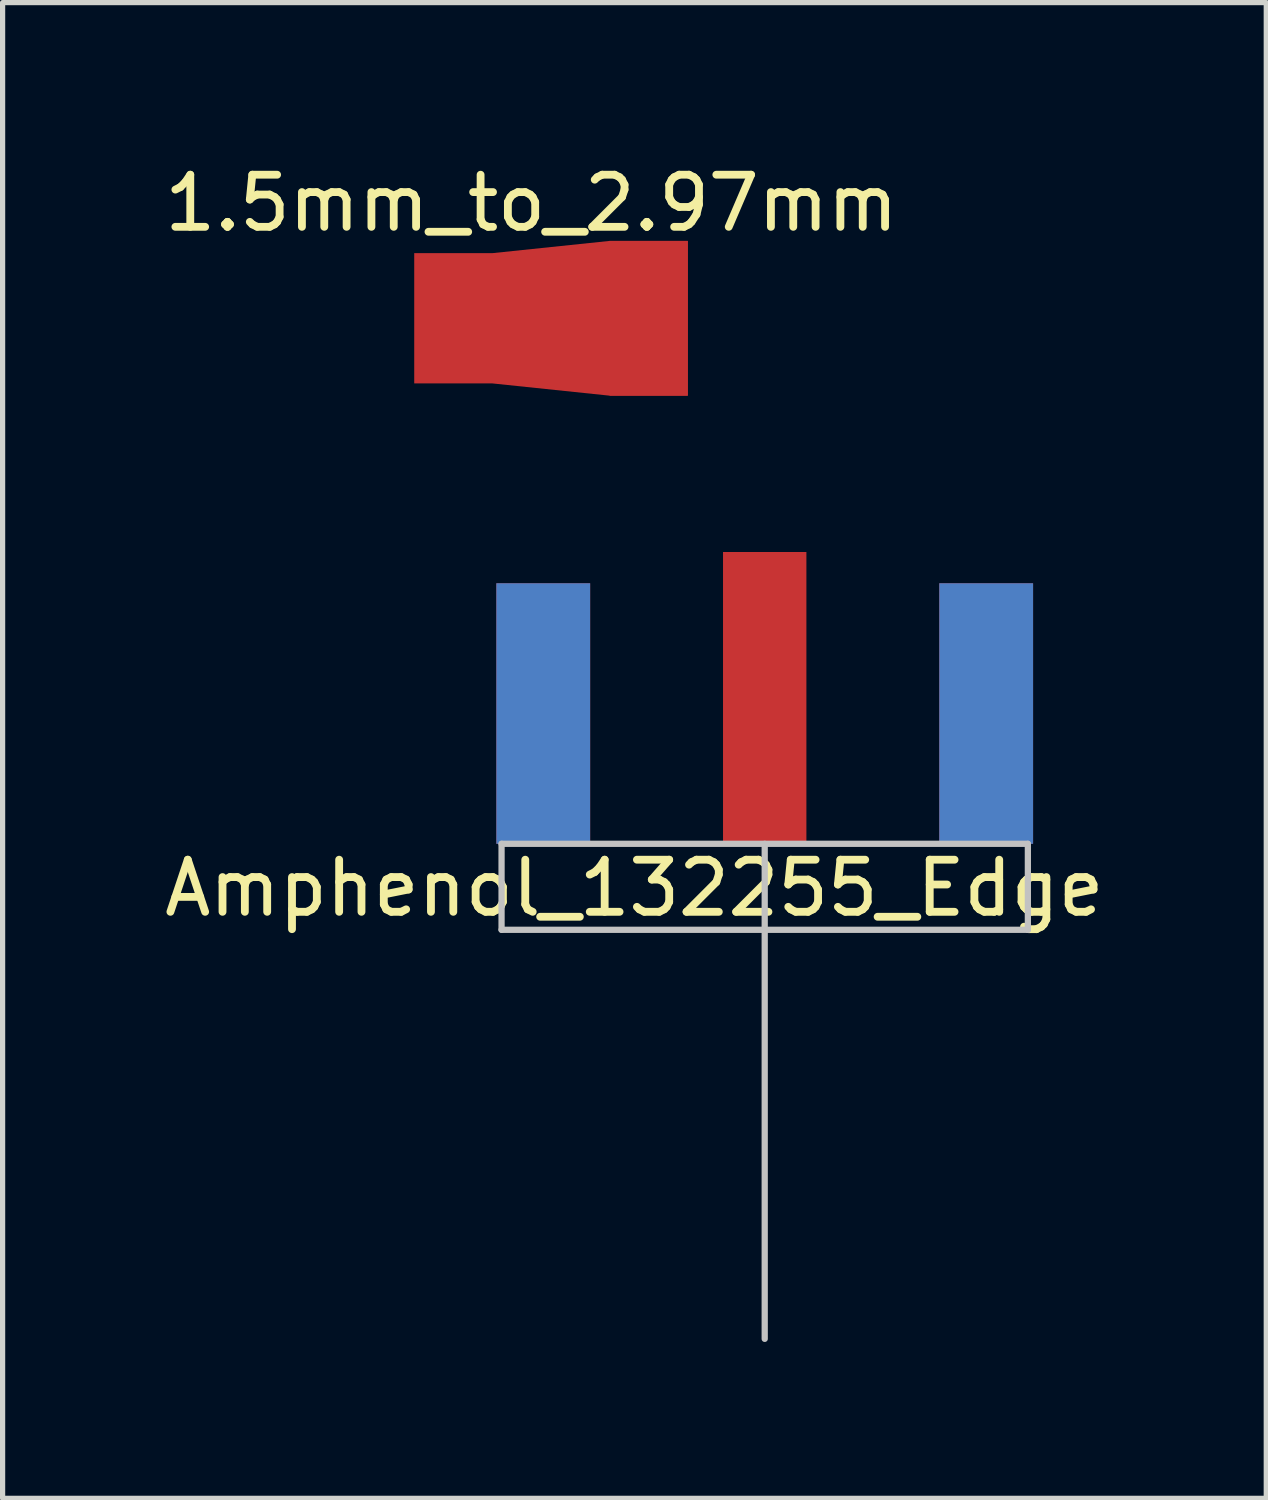
<source format=kicad_pcb>
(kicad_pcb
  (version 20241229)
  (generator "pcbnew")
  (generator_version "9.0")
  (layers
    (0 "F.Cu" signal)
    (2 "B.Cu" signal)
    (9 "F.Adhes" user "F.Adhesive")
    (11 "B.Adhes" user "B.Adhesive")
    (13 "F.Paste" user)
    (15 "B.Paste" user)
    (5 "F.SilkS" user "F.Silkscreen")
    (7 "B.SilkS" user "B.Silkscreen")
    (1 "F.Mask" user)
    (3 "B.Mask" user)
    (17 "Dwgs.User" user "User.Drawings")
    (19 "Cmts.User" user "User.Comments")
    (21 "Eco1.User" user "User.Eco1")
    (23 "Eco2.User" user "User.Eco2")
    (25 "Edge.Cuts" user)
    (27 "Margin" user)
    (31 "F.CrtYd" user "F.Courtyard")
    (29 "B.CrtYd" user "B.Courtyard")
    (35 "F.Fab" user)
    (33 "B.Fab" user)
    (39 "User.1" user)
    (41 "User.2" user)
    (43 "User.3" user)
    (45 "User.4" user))
  (footprint "1.5mm_to_2.97mm"
    (layer "F.Cu")
    (at 5.649 3.058)
    (property "Reference" "1.5mm_to_2.97mm" (at 1.5 -2.21 0) (layer "F.SilkS") (effects (font (size 1 1) (thickness 0.15))))
    (attr exclude_from_pos_files exclude_from_bom)
    (pad "1" smd custom (at 0 0) (size 1.5 2.5) (layers "F.Cu") (options (anchor rect)) (primitives (gr_poly (pts (xy -0.75 -1.25) (xy 0.75 -1.25) (xy 3 -1.485) (xy 4.5 -1.485) (xy 4.5 1.485) (xy 3 1.485) (xy 0.75 1.25) (xy -0.75 1.25)) (width 0) (fill yes))))
    (pad "1" smd rect (at 3.75 0) (size 1.5 2.97) (layers "F.Cu")))
  (footprint "Amphenol_132255_Edge"
    (layer "F.Cu")
    (at 11.625 13.143)
    (property "Reference" "Amphenol_132255_Edge" (at -2.5 0.85 0) (layer "F.SilkS") (effects (font (size 1 1) (thickness 0.15))))
    (attr smd)
    (fp_line (start -5.05 0) (end -5.05 1.65) (stroke (width 0.12) (type solid)) (layer "Dwgs.User"))
    (fp_line (start -5.05 1.65) (end 5.05 1.65) (stroke (width 0.12) (type solid)) (layer "Dwgs.User"))
    (fp_line (start 0 0) (end 0 9.5) (stroke (width 0.12) (type solid)) (layer "Dwgs.User"))
    (fp_line (start 5.05 0) (end -5.05 0) (stroke (width 0.12) (type solid)) (layer "Dwgs.User"))
    (fp_line (start 5.05 1.65) (end 5.05 0) (stroke (width 0.12) (type solid)) (layer "Dwgs.User"))
    (pad "1" smd rect (at 0 0) (size 1.6 5.6) (drill (offset 0 -2.8)) (layers "F.Cu" "F.Mask" "F.Paste"))
    (pad "2" smd rect (at -4.25 -0.05) (size 1.8 5) (drill (offset 0 -2.45)) (layers "F.Cu" "F.Mask" "F.Paste"))
    (pad "2" smd rect (at -4.25 -0.05) (size 1.8 5) (drill (offset 0 -2.45)) (layers "B.Cu" "B.Mask" "B.Paste"))
    (pad "2" smd rect (at 4.25 -0.05) (size 1.8 5) (drill (offset 0 -2.45)) (layers "F.Cu" "F.Mask" "F.Paste"))
    (pad "2" smd rect (at 4.25 -0.05) (size 1.8 5) (drill (offset 0 -2.45)) (layers "B.Cu" "B.Mask" "B.Paste")))
  (gr_rect
    (start -3 -3)
    (end 21.25 25.703)
    (stroke (width 0.1) (type default))
    (fill no)
    (layer "Edge.Cuts")))
</source>
